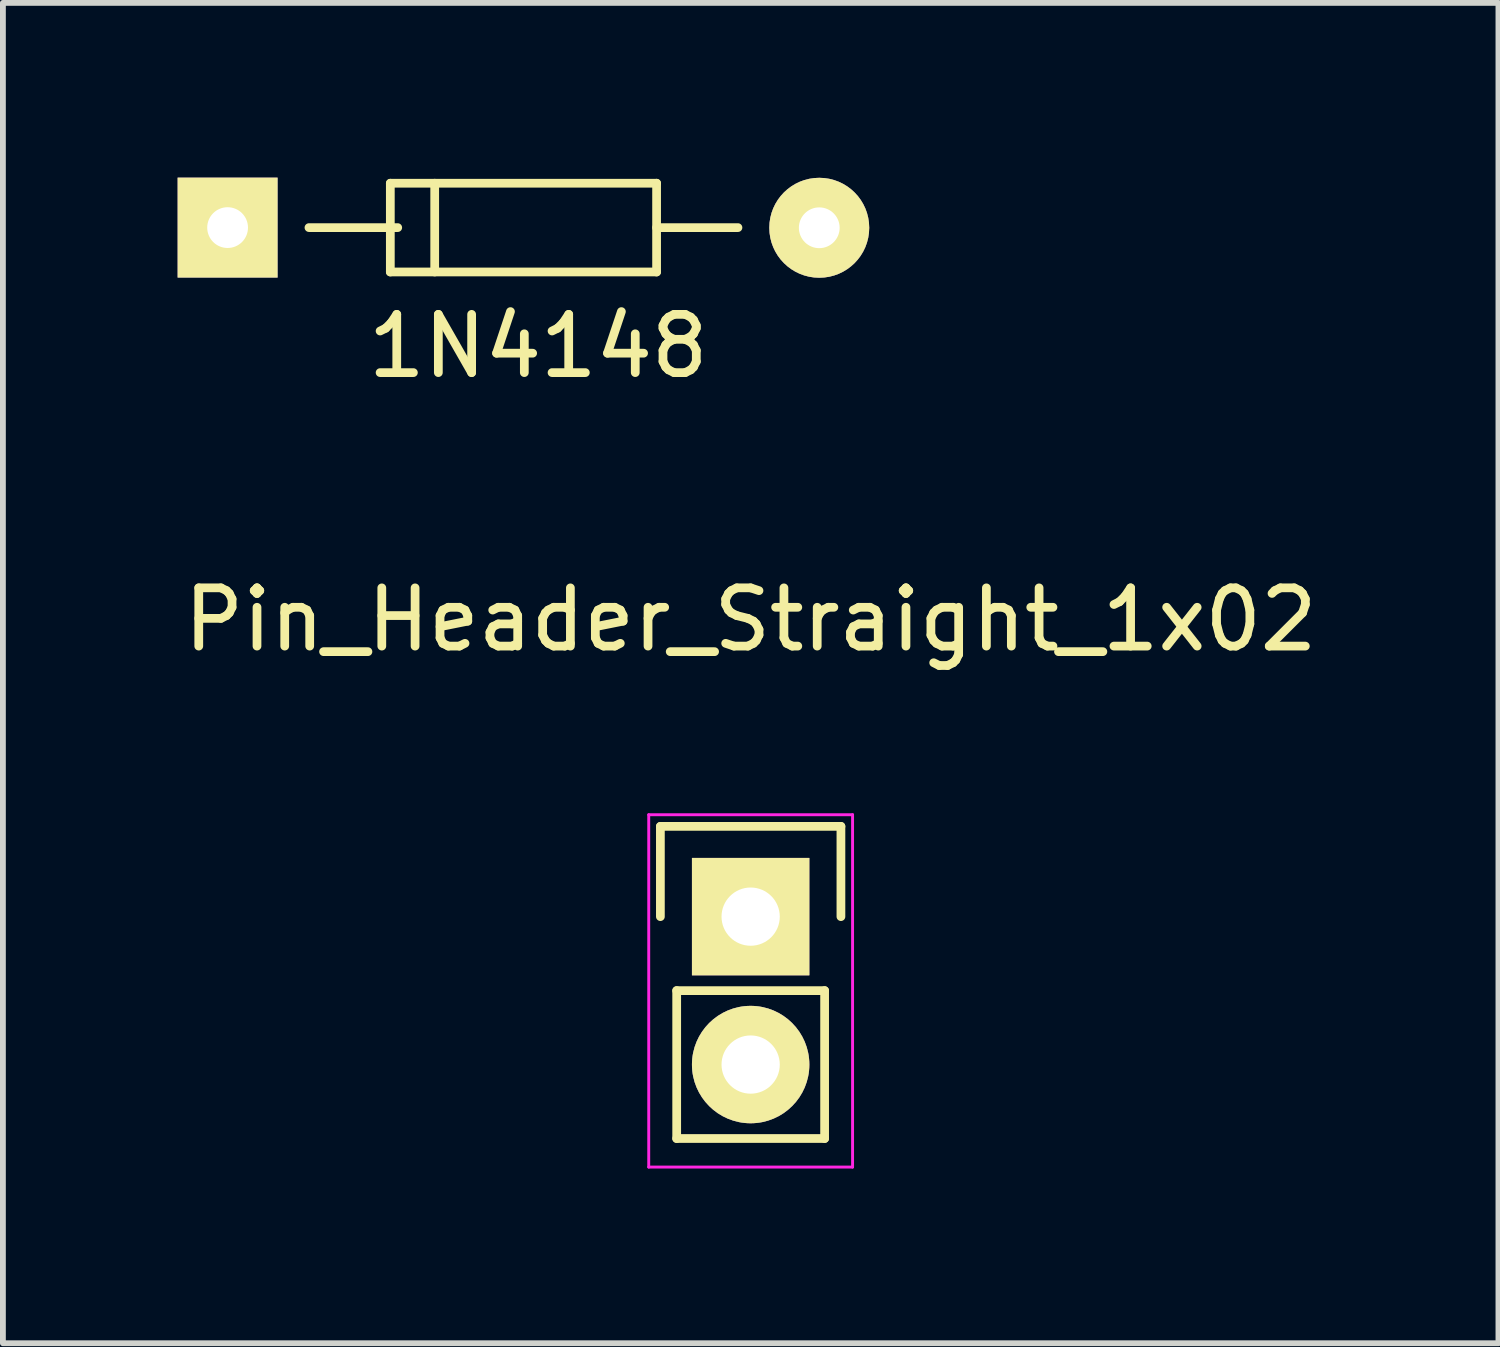
<source format=kicad_pcb>
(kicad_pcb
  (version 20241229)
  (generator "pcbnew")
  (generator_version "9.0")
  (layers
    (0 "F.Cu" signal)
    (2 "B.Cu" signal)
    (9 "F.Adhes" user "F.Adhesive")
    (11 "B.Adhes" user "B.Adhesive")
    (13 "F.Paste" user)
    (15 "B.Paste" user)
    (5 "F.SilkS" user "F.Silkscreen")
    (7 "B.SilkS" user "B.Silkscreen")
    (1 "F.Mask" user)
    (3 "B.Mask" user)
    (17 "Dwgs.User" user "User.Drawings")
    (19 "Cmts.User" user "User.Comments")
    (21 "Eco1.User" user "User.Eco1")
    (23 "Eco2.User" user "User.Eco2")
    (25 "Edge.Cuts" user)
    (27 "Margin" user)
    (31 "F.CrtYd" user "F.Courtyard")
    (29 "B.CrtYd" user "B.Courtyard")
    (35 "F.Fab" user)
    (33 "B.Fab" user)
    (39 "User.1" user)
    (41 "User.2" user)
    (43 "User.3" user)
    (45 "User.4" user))
  (footprint "1N4148"
    (layer "F.Cu")
    (at 0.857 0.861)
    (property "Reference" "1N4148" (at 5.334 2.032 0) (layer "F.SilkS") (effects (font (size 1 1) (thickness 0.15))))
    (attr through_hole)
    (fp_line (start 2.795 -0.765) (end 2.795 -0.003) (stroke (width 0.15) (type solid)) (layer "F.SilkS"))
    (fp_line (start 2.795 -0.003) (end 2.795 0.759) (stroke (width 0.15) (type solid)) (layer "F.SilkS"))
    (fp_line (start 2.795 0.759) (end 7.367 0.759) (stroke (width 0.15) (type solid)) (layer "F.SilkS"))
    (fp_line (start 2.922 -0.003) (end 1.398 -0.003) (stroke (width 0.15) (type solid)) (layer "F.SilkS"))
    (fp_line (start 3.557 -0.765) (end 3.557 0.759) (stroke (width 0.15) (type solid)) (layer "F.SilkS"))
    (fp_line (start 7.367 -0.765) (end 2.795 -0.765) (stroke (width 0.15) (type solid)) (layer "F.SilkS"))
    (fp_line (start 7.367 -0.003) (end 8.764 -0.003) (stroke (width 0.15) (type solid)) (layer "F.SilkS"))
    (fp_line (start 7.367 0.759) (end 7.367 -0.765) (stroke (width 0.15) (type solid)) (layer "F.SilkS"))
    (pad "1" thru_hole rect (at 0.001 -0.003 180) (size 1.716 1.716) (drill 0.7) (layers "*.Cu" "*.Mask" "F.SilkS"))
    (pad "2" thru_hole circle (at 10.16 0) (size 1.716 1.716) (drill 0.7) (layers "*.Cu" "*.Mask" "F.SilkS")))
  (footprint "Pin_Header_Straight_1x02"
    (layer "F.Cu")
    (at 9.839 12.689)
    (property "Reference" "Pin_Header_Straight_1x02" (at 0 -5.1 0) (layer "F.SilkS") (effects (font (size 1 1) (thickness 0.15))))
    (attr through_hole)
    (fp_line (start -1.55 -1.55) (end 1.55 -1.55) (stroke (width 0.15) (type solid)) (layer "F.SilkS"))
    (fp_line (start -1.55 0) (end -1.55 -1.55) (stroke (width 0.15) (type solid)) (layer "F.SilkS"))
    (fp_line (start -1.27 1.27) (end -1.27 3.81) (stroke (width 0.15) (type solid)) (layer "F.SilkS"))
    (fp_line (start -1.27 3.81) (end 1.27 3.81) (stroke (width 0.15) (type solid)) (layer "F.SilkS"))
    (fp_line (start 1.27 1.27) (end -1.27 1.27) (stroke (width 0.15) (type solid)) (layer "F.SilkS"))
    (fp_line (start 1.27 1.27) (end 1.27 3.81) (stroke (width 0.15) (type solid)) (layer "F.SilkS"))
    (fp_line (start 1.55 -1.55) (end 1.55 0) (stroke (width 0.15) (type solid)) (layer "F.SilkS"))
    (fp_line (start -1.75 -1.75) (end -1.75 4.3) (stroke (width 0.05) (type solid)) (layer "F.CrtYd"))
    (fp_line (start -1.75 -1.75) (end 1.75 -1.75) (stroke (width 0.05) (type solid)) (layer "F.CrtYd"))
    (fp_line (start -1.75 4.3) (end 1.75 4.3) (stroke (width 0.05) (type solid)) (layer "F.CrtYd"))
    (fp_line (start 1.75 -1.75) (end 1.75 4.3) (stroke (width 0.05) (type solid)) (layer "F.CrtYd"))
    (pad "1" thru_hole rect (at 0 0) (size 2.016 2.016) (drill 1) (layers "*.Cu" "*.Mask" "F.SilkS"))
    (pad "2" thru_hole circle (at 0 2.54) (size 2.016 2.016) (drill 1) (layers "*.Cu" "*.Mask" "F.SilkS")))
  (gr_rect
    (start -3 -3)
    (end 22.679 20.014)
    (stroke (width 0.1) (type default))
    (fill no)
    (layer "Edge.Cuts")))
</source>
